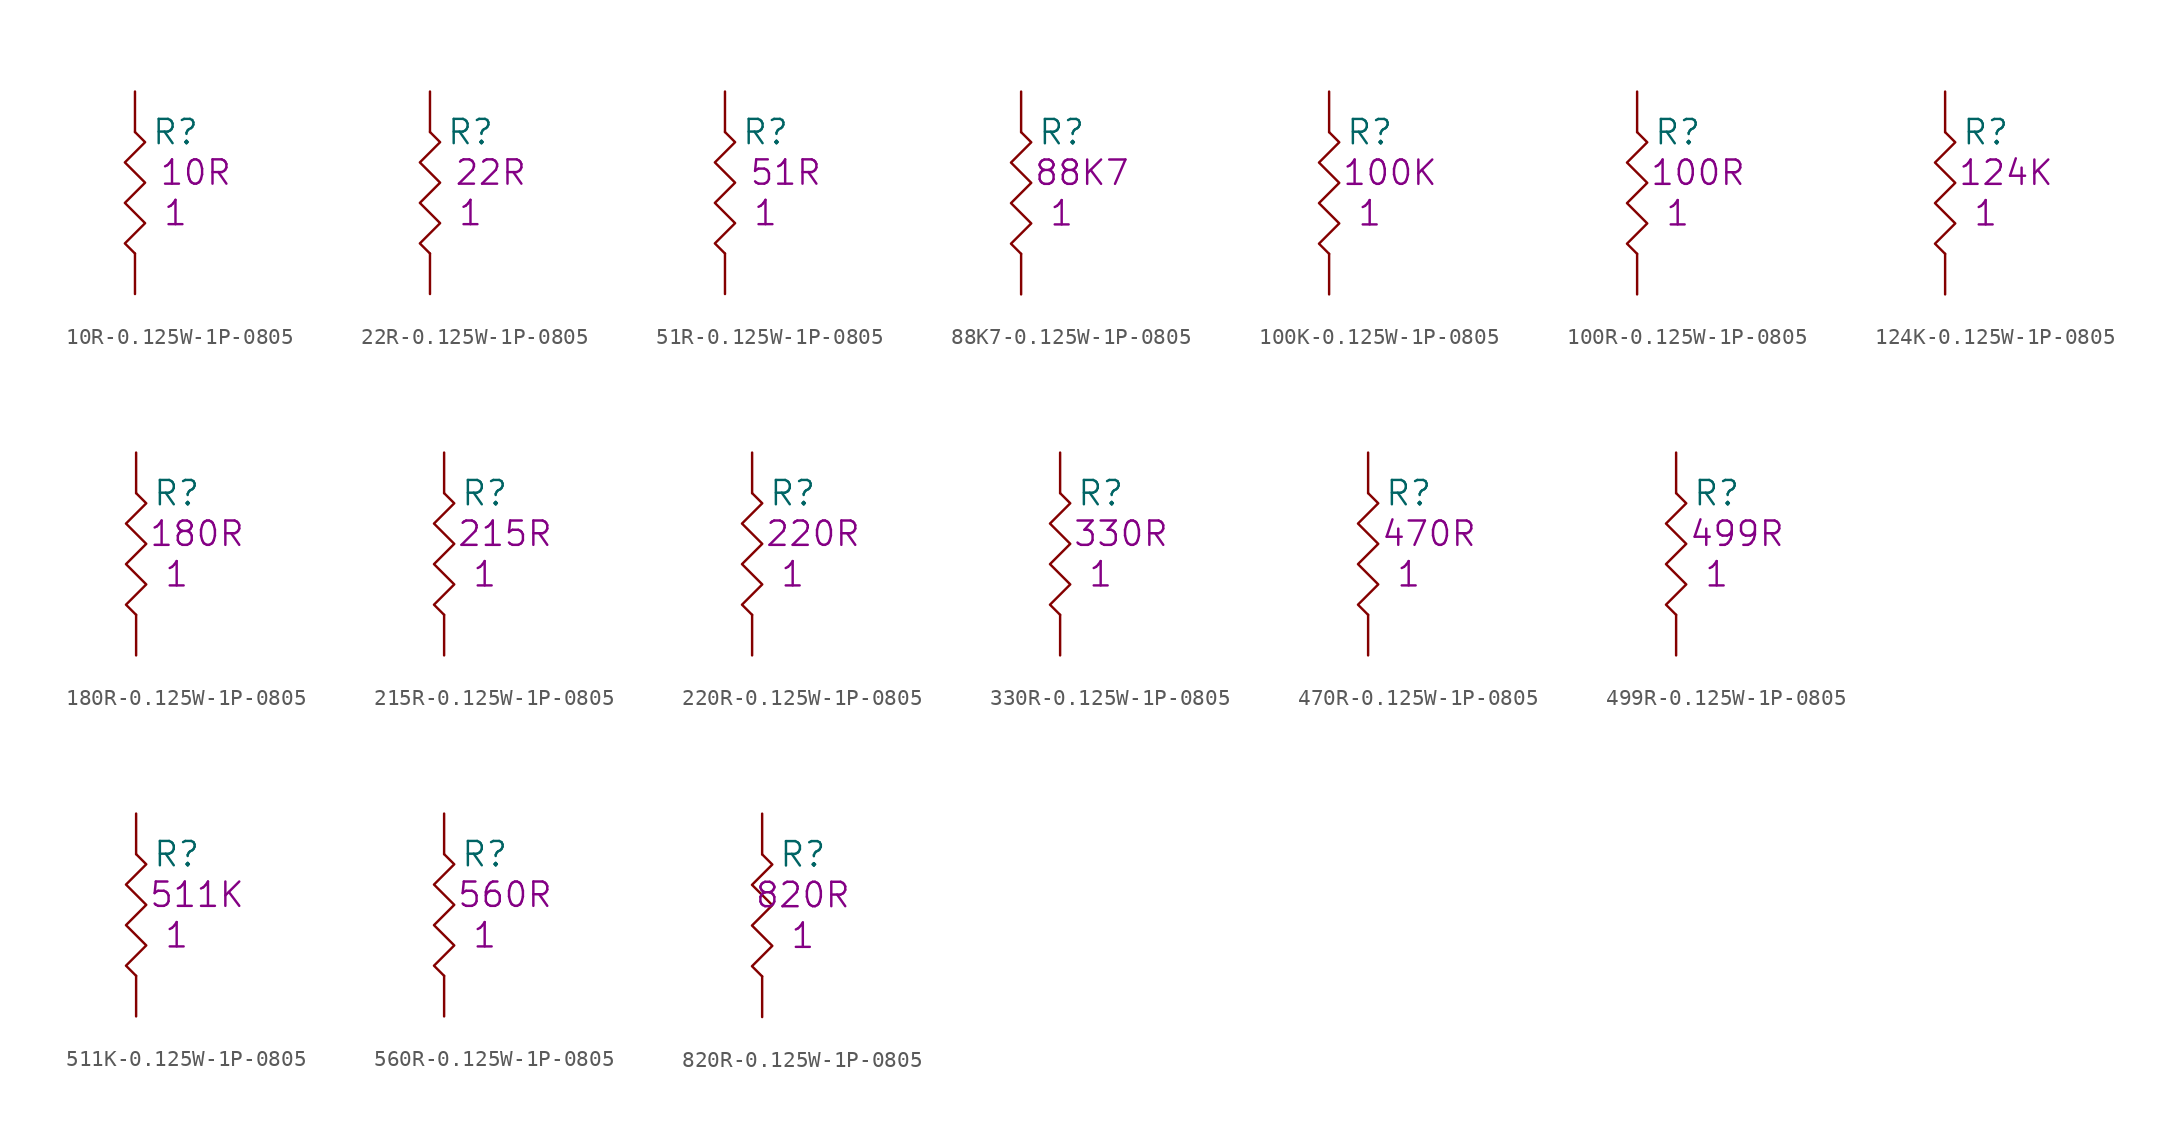
<source format=kicad_sym>
(kicad_symbol_lib
  (version 20201005)
  (generator kicad_symbol_editor)
  (symbol "S_Resistor_0805:10R-0.125W-1P-0805"
    (pin_numbers hide)
    (pin_names
      (offset 1.27) hide)
    (property "Reference" "R"
      (at 2.54 -2.54 0)
      (effects (font (size 1.524 1.524))))
    (property "Qty" "1"
      (at 2.54 -7.62 0)
      (effects (font (size 1.524 1.524))))
    (property "Desc1" "10R"
      (at 3.81 -5.08 0)
      (effects (font (size 1.524 1.524))))
    (symbol "10R-0.125W-1P-0805_0_1"
      (polyline (pts (xy 0 -2.54) (xy 0.635 -3.175) (xy -0.635 -4.445) (xy 0.635 -5.715) (xy -0.635 -6.985) (xy 0.635 -8.255) (xy -0.635 -9.525) (xy 0 -10.16)) (stroke (width 0)) (fill (type none))))
    (symbol "10R-0.125W-1P-0805_1_1"
      (pin passive line (at 0 0 270) (length 2.54) (name "1" (effects (font (size 1.27 1.27)))) (number "1" (effects (font (size 1.27 1.27)))))
      (pin passive line (at 0 -12.7 90) (length 2.54) (name "2" (effects (font (size 1.27 1.27)))) (number "2" (effects (font (size 1.27 1.27)))))))
  (symbol "S_Resistor_0805:22R-0.125W-1P-0805"
    (pin_numbers hide)
    (pin_names
      (offset 1.27) hide)
    (property "Reference" "R"
      (at 2.54 -2.54 0)
      (effects (font (size 1.524 1.524))))
    (property "Qty" "1"
      (at 2.54 -7.62 0)
      (effects (font (size 1.524 1.524))))
    (property "Desc1" "22R"
      (at 3.81 -5.08 0)
      (effects (font (size 1.524 1.524))))
    (symbol "22R-0.125W-1P-0805_0_1"
      (polyline (pts (xy 0 -2.54) (xy 0.635 -3.175) (xy -0.635 -4.445) (xy 0.635 -5.715) (xy -0.635 -6.985) (xy 0.635 -8.255) (xy -0.635 -9.525) (xy 0 -10.16)) (stroke (width 0)) (fill (type none))))
    (symbol "22R-0.125W-1P-0805_1_1"
      (pin passive line (at 0 0 270) (length 2.54) (name "1" (effects (font (size 1.27 1.27)))) (number "1" (effects (font (size 1.27 1.27)))))
      (pin passive line (at 0 -12.7 90) (length 2.54) (name "2" (effects (font (size 1.27 1.27)))) (number "2" (effects (font (size 1.27 1.27)))))))
  (symbol "S_Resistor_0805:51R-0.125W-1P-0805"
    (pin_numbers hide)
    (pin_names
      (offset 1.27) hide)
    (property "Reference" "R"
      (at 2.54 -2.54 0)
      (effects (font (size 1.524 1.524))))
    (property "Qty" "1"
      (at 2.54 -7.62 0)
      (effects (font (size 1.524 1.524))))
    (property "Desc1" "51R"
      (at 3.81 -5.08 0)
      (effects (font (size 1.524 1.524))))
    (symbol "51R-0.125W-1P-0805_0_1"
      (polyline (pts (xy 0 -2.54) (xy 0.635 -3.175) (xy -0.635 -4.445) (xy 0.635 -5.715) (xy -0.635 -6.985) (xy 0.635 -8.255) (xy -0.635 -9.525) (xy 0 -10.16)) (stroke (width 0)) (fill (type none))))
    (symbol "51R-0.125W-1P-0805_1_1"
      (pin passive line (at 0 0 270) (length 2.54) (name "1" (effects (font (size 1.27 1.27)))) (number "1" (effects (font (size 1.27 1.27)))))
      (pin passive line (at 0 -12.7 90) (length 2.54) (name "2" (effects (font (size 1.27 1.27)))) (number "2" (effects (font (size 1.27 1.27)))))))
  (symbol "S_Resistor_0805:88K7-0.125W-1P-0805"
    (pin_numbers hide)
    (pin_names
      (offset 1.27) hide)
    (property "Reference" "R"
      (at 2.54 -2.54 0)
      (effects (font (size 1.524 1.524))))
    (property "Qty" "1"
      (at 2.54 -7.62 0)
      (effects (font (size 1.524 1.524))))
    (property "Desc1" "88K7"
      (at 3.81 -5.08 0)
      (effects (font (size 1.524 1.524))))
    (symbol "88K7-0.125W-1P-0805_0_1"
      (polyline (pts (xy 0 -2.54) (xy 0.635 -3.175) (xy -0.635 -4.445) (xy 0.635 -5.715) (xy -0.635 -6.985) (xy 0.635 -8.255) (xy -0.635 -9.525) (xy 0 -10.16)) (stroke (width 0)) (fill (type none))))
    (symbol "88K7-0.125W-1P-0805_1_1"
      (pin passive line (at 0 0 270) (length 2.54) (name "1" (effects (font (size 1.27 1.27)))) (number "1" (effects (font (size 1.27 1.27)))))
      (pin passive line (at 0 -12.7 90) (length 2.54) (name "2" (effects (font (size 1.27 1.27)))) (number "2" (effects (font (size 1.27 1.27)))))))
  (symbol "S_Resistor_0805:100K-0.125W-1P-0805"
    (pin_numbers hide)
    (pin_names
      (offset 1.27) hide)
    (property "Reference" "R"
      (at 2.54 -2.54 0)
      (effects (font (size 1.524 1.524))))
    (property "Qty" "1"
      (at 2.54 -7.62 0)
      (effects (font (size 1.524 1.524))))
    (property "Desc1" "100K"
      (at 3.81 -5.08 0)
      (effects (font (size 1.524 1.524))))
    (symbol "100K-0.125W-1P-0805_0_1"
      (polyline (pts (xy 0 -2.54) (xy 0.635 -3.175) (xy -0.635 -4.445) (xy 0.635 -5.715) (xy -0.635 -6.985) (xy 0.635 -8.255) (xy -0.635 -9.525) (xy 0 -10.16)) (stroke (width 0)) (fill (type none))))
    (symbol "100K-0.125W-1P-0805_1_1"
      (pin passive line (at 0 0 270) (length 2.54) (name "1" (effects (font (size 1.27 1.27)))) (number "1" (effects (font (size 1.27 1.27)))))
      (pin passive line (at 0 -12.7 90) (length 2.54) (name "2" (effects (font (size 1.27 1.27)))) (number "2" (effects (font (size 1.27 1.27)))))))
  (symbol "S_Resistor_0805:100R-0.125W-1P-0805"
    (pin_numbers hide)
    (pin_names
      (offset 1.27) hide)
    (property "Reference" "R"
      (at 2.54 -2.54 0)
      (effects (font (size 1.524 1.524))))
    (property "Qty" "1"
      (at 2.54 -7.62 0)
      (effects (font (size 1.524 1.524))))
    (property "Desc1" "100R"
      (at 3.81 -5.08 0)
      (effects (font (size 1.524 1.524))))
    (symbol "100R-0.125W-1P-0805_0_1"
      (polyline (pts (xy 0 -2.54) (xy 0.635 -3.175) (xy -0.635 -4.445) (xy 0.635 -5.715) (xy -0.635 -6.985) (xy 0.635 -8.255) (xy -0.635 -9.525) (xy 0 -10.16)) (stroke (width 0)) (fill (type none))))
    (symbol "100R-0.125W-1P-0805_1_1"
      (pin passive line (at 0 0 270) (length 2.54) (name "1" (effects (font (size 1.27 1.27)))) (number "1" (effects (font (size 1.27 1.27)))))
      (pin passive line (at 0 -12.7 90) (length 2.54) (name "2" (effects (font (size 1.27 1.27)))) (number "2" (effects (font (size 1.27 1.27)))))))
  (symbol "S_Resistor_0805:124K-0.125W-1P-0805"
    (pin_numbers hide)
    (pin_names
      (offset 1.27) hide)
    (property "Reference" "R"
      (at 2.54 -2.54 0)
      (effects (font (size 1.524 1.524))))
    (property "Qty" "1"
      (at 2.54 -7.62 0)
      (effects (font (size 1.524 1.524))))
    (property "Desc1" "124K"
      (at 3.81 -5.08 0)
      (effects (font (size 1.524 1.524))))
    (symbol "124K-0.125W-1P-0805_0_1"
      (polyline (pts (xy 0 -2.54) (xy 0.635 -3.175) (xy -0.635 -4.445) (xy 0.635 -5.715) (xy -0.635 -6.985) (xy 0.635 -8.255) (xy -0.635 -9.525) (xy 0 -10.16)) (stroke (width 0)) (fill (type none))))
    (symbol "124K-0.125W-1P-0805_1_1"
      (pin passive line (at 0 0 270) (length 2.54) (name "1" (effects (font (size 1.27 1.27)))) (number "1" (effects (font (size 1.27 1.27)))))
      (pin passive line (at 0 -12.7 90) (length 2.54) (name "2" (effects (font (size 1.27 1.27)))) (number "2" (effects (font (size 1.27 1.27)))))))
  (symbol "S_Resistor_0805:180R-0.125W-1P-0805"
    (pin_numbers hide)
    (pin_names
      (offset 1.27) hide)
    (property "Reference" "R"
      (at 2.54 -2.54 0)
      (effects (font (size 1.524 1.524))))
    (property "Qty" "1"
      (at 2.54 -7.62 0)
      (effects (font (size 1.524 1.524))))
    (property "Desc1" "180R"
      (at 3.81 -5.08 0)
      (effects (font (size 1.524 1.524))))
    (symbol "180R-0.125W-1P-0805_0_1"
      (polyline (pts (xy 0 -2.54) (xy 0.635 -3.175) (xy -0.635 -4.445) (xy 0.635 -5.715) (xy -0.635 -6.985) (xy 0.635 -8.255) (xy -0.635 -9.525) (xy 0 -10.16)) (stroke (width 0)) (fill (type none))))
    (symbol "180R-0.125W-1P-0805_1_1"
      (pin passive line (at 0 0 270) (length 2.54) (name "1" (effects (font (size 1.27 1.27)))) (number "1" (effects (font (size 1.27 1.27)))))
      (pin passive line (at 0 -12.7 90) (length 2.54) (name "2" (effects (font (size 1.27 1.27)))) (number "2" (effects (font (size 1.27 1.27)))))))
  (symbol "S_Resistor_0805:215R-0.125W-1P-0805"
    (pin_numbers hide)
    (pin_names
      (offset 1.27) hide)
    (property "Reference" "R"
      (at 2.54 -2.54 0)
      (effects (font (size 1.524 1.524))))
    (property "Qty" "1"
      (at 2.54 -7.62 0)
      (effects (font (size 1.524 1.524))))
    (property "Desc1" "215R"
      (at 3.81 -5.08 0)
      (effects (font (size 1.524 1.524))))
    (symbol "215R-0.125W-1P-0805_0_1"
      (polyline (pts (xy 0 -2.54) (xy 0.635 -3.175) (xy -0.635 -4.445) (xy 0.635 -5.715) (xy -0.635 -6.985) (xy 0.635 -8.255) (xy -0.635 -9.525) (xy 0 -10.16)) (stroke (width 0)) (fill (type none))))
    (symbol "215R-0.125W-1P-0805_1_1"
      (pin passive line (at 0 0 270) (length 2.54) (name "1" (effects (font (size 1.27 1.27)))) (number "1" (effects (font (size 1.27 1.27)))))
      (pin passive line (at 0 -12.7 90) (length 2.54) (name "2" (effects (font (size 1.27 1.27)))) (number "2" (effects (font (size 1.27 1.27)))))))
  (symbol "S_Resistor_0805:220R-0.125W-1P-0805"
    (pin_numbers hide)
    (pin_names
      (offset 1.27) hide)
    (property "Reference" "R"
      (at 2.54 -2.54 0)
      (effects (font (size 1.524 1.524))))
    (property "Qty" "1"
      (at 2.54 -7.62 0)
      (effects (font (size 1.524 1.524))))
    (property "Desc1" "220R"
      (at 3.81 -5.08 0)
      (effects (font (size 1.524 1.524))))
    (symbol "220R-0.125W-1P-0805_0_1"
      (polyline (pts (xy 0 -2.54) (xy 0.635 -3.175) (xy -0.635 -4.445) (xy 0.635 -5.715) (xy -0.635 -6.985) (xy 0.635 -8.255) (xy -0.635 -9.525) (xy 0 -10.16)) (stroke (width 0)) (fill (type none))))
    (symbol "220R-0.125W-1P-0805_1_1"
      (pin passive line (at 0 0 270) (length 2.54) (name "1" (effects (font (size 1.27 1.27)))) (number "1" (effects (font (size 1.27 1.27)))))
      (pin passive line (at 0 -12.7 90) (length 2.54) (name "2" (effects (font (size 1.27 1.27)))) (number "2" (effects (font (size 1.27 1.27)))))))
  (symbol "S_Resistor_0805:330R-0.125W-1P-0805"
    (pin_numbers hide)
    (pin_names
      (offset 1.27) hide)
    (property "Reference" "R"
      (at 2.54 -2.54 0)
      (effects (font (size 1.524 1.524))))
    (property "Qty" "1"
      (at 2.54 -7.62 0)
      (effects (font (size 1.524 1.524))))
    (property "Desc1" "330R"
      (at 3.81 -5.08 0)
      (effects (font (size 1.524 1.524))))
    (symbol "330R-0.125W-1P-0805_0_1"
      (polyline (pts (xy 0 -2.54) (xy 0.635 -3.175) (xy -0.635 -4.445) (xy 0.635 -5.715) (xy -0.635 -6.985) (xy 0.635 -8.255) (xy -0.635 -9.525) (xy 0 -10.16)) (stroke (width 0)) (fill (type none))))
    (symbol "330R-0.125W-1P-0805_1_1"
      (pin passive line (at 0 0 270) (length 2.54) (name "1" (effects (font (size 1.27 1.27)))) (number "1" (effects (font (size 1.27 1.27)))))
      (pin passive line (at 0 -12.7 90) (length 2.54) (name "2" (effects (font (size 1.27 1.27)))) (number "2" (effects (font (size 1.27 1.27)))))))
  (symbol "S_Resistor_0805:470R-0.125W-1P-0805"
    (pin_numbers hide)
    (pin_names
      (offset 1.27) hide)
    (property "Reference" "R"
      (at 2.54 -2.54 0)
      (effects (font (size 1.524 1.524))))
    (property "Qty" "1"
      (at 2.54 -7.62 0)
      (effects (font (size 1.524 1.524))))
    (property "Desc1" "470R"
      (at 3.81 -5.08 0)
      (effects (font (size 1.524 1.524))))
    (symbol "470R-0.125W-1P-0805_0_1"
      (polyline (pts (xy 0 -2.54) (xy 0.635 -3.175) (xy -0.635 -4.445) (xy 0.635 -5.715) (xy -0.635 -6.985) (xy 0.635 -8.255) (xy -0.635 -9.525) (xy 0 -10.16)) (stroke (width 0)) (fill (type none))))
    (symbol "470R-0.125W-1P-0805_1_1"
      (pin passive line (at 0 0 270) (length 2.54) (name "1" (effects (font (size 1.27 1.27)))) (number "1" (effects (font (size 1.27 1.27)))))
      (pin passive line (at 0 -12.7 90) (length 2.54) (name "2" (effects (font (size 1.27 1.27)))) (number "2" (effects (font (size 1.27 1.27)))))))
  (symbol "S_Resistor_0805:499R-0.125W-1P-0805"
    (pin_numbers hide)
    (pin_names
      (offset 1.27) hide)
    (property "Reference" "R"
      (at 2.54 -2.54 0)
      (effects (font (size 1.524 1.524))))
    (property "Qty" "1"
      (at 2.54 -7.62 0)
      (effects (font (size 1.524 1.524))))
    (property "Desc1" "499R"
      (at 3.81 -5.08 0)
      (effects (font (size 1.524 1.524))))
    (symbol "499R-0.125W-1P-0805_0_1"
      (polyline (pts (xy 0 -2.54) (xy 0.635 -3.175) (xy -0.635 -4.445) (xy 0.635 -5.715) (xy -0.635 -6.985) (xy 0.635 -8.255) (xy -0.635 -9.525) (xy 0 -10.16)) (stroke (width 0)) (fill (type none))))
    (symbol "499R-0.125W-1P-0805_1_1"
      (pin passive line (at 0 0 270) (length 2.54) (name "1" (effects (font (size 1.27 1.27)))) (number "1" (effects (font (size 1.27 1.27)))))
      (pin passive line (at 0 -12.7 90) (length 2.54) (name "2" (effects (font (size 1.27 1.27)))) (number "2" (effects (font (size 1.27 1.27)))))))
  (symbol "S_Resistor_0805:511K-0.125W-1P-0805"
    (pin_numbers hide)
    (pin_names
      (offset 1.27) hide)
    (property "Reference" "R"
      (at 2.54 -2.54 0)
      (effects (font (size 1.524 1.524))))
    (property "Qty" "1"
      (at 2.54 -7.62 0)
      (effects (font (size 1.524 1.524))))
    (property "Desc1" "511K"
      (at 3.81 -5.08 0)
      (effects (font (size 1.524 1.524))))
    (symbol "511K-0.125W-1P-0805_0_1"
      (polyline (pts (xy 0 -2.54) (xy 0.635 -3.175) (xy -0.635 -4.445) (xy 0.635 -5.715) (xy -0.635 -6.985) (xy 0.635 -8.255) (xy -0.635 -9.525) (xy 0 -10.16)) (stroke (width 0)) (fill (type none))))
    (symbol "511K-0.125W-1P-0805_1_1"
      (pin passive line (at 0 0 270) (length 2.54) (name "1" (effects (font (size 1.27 1.27)))) (number "1" (effects (font (size 1.27 1.27)))))
      (pin passive line (at 0 -12.7 90) (length 2.54) (name "2" (effects (font (size 1.27 1.27)))) (number "2" (effects (font (size 1.27 1.27)))))))
  (symbol "S_Resistor_0805:560R-0.125W-1P-0805"
    (pin_numbers hide)
    (pin_names
      (offset 1.27) hide)
    (property "Reference" "R"
      (at 2.54 -2.54 0)
      (effects (font (size 1.524 1.524))))
    (property "Qty" "1"
      (at 2.54 -7.62 0)
      (effects (font (size 1.524 1.524))))
    (property "Desc1" "560R"
      (at 3.81 -5.08 0)
      (effects (font (size 1.524 1.524))))
    (symbol "560R-0.125W-1P-0805_0_1"
      (polyline (pts (xy 0 -2.54) (xy 0.635 -3.175) (xy -0.635 -4.445) (xy 0.635 -5.715) (xy -0.635 -6.985) (xy 0.635 -8.255) (xy -0.635 -9.525) (xy 0 -10.16)) (stroke (width 0)) (fill (type none))))
    (symbol "560R-0.125W-1P-0805_1_1"
      (pin passive line (at 0 0 270) (length 2.54) (name "1" (effects (font (size 1.27 1.27)))) (number "1" (effects (font (size 1.27 1.27)))))
      (pin passive line (at 0 -12.7 90) (length 2.54) (name "2" (effects (font (size 1.27 1.27)))) (number "2" (effects (font (size 1.27 1.27)))))))
  (symbol "S_Resistor_0805:820R-0.125W-1P-0805"
    (pin_numbers hide)
    (pin_names
      (offset 1.27) hide)
    (property "Reference" "R"
      (at 2.54 -2.54 0)
      (effects (font (size 1.524 1.524))))
    (property "Qty" "1"
      (at 2.54 -7.62 0)
      (effects (font (size 1.524 1.524))))
    (property "Desc1" "820R"
      (at 2.54 -5.08 0)
      (effects (font (size 1.524 1.524))))
    (symbol "820R-0.125W-1P-0805_0_1"
      (polyline (pts (xy 0 -2.54) (xy 0.635 -3.175) (xy -0.635 -4.445) (xy 0.635 -5.715) (xy -0.635 -6.985) (xy 0.635 -8.255) (xy -0.635 -9.525) (xy 0 -10.16)) (stroke (width 0)) (fill (type none))))
    (symbol "820R-0.125W-1P-0805_1_1"
      (pin passive line (at 0 0 270) (length 2.54) (name "1" (effects (font (size 1.27 1.27)))) (number "1" (effects (font (size 1.27 1.27)))))
      (pin passive line (at 0 -12.7 90) (length 2.54) (name "2" (effects (font (size 1.27 1.27)))) (number "2" (effects (font (size 1.27 1.27))))))))
</source>
